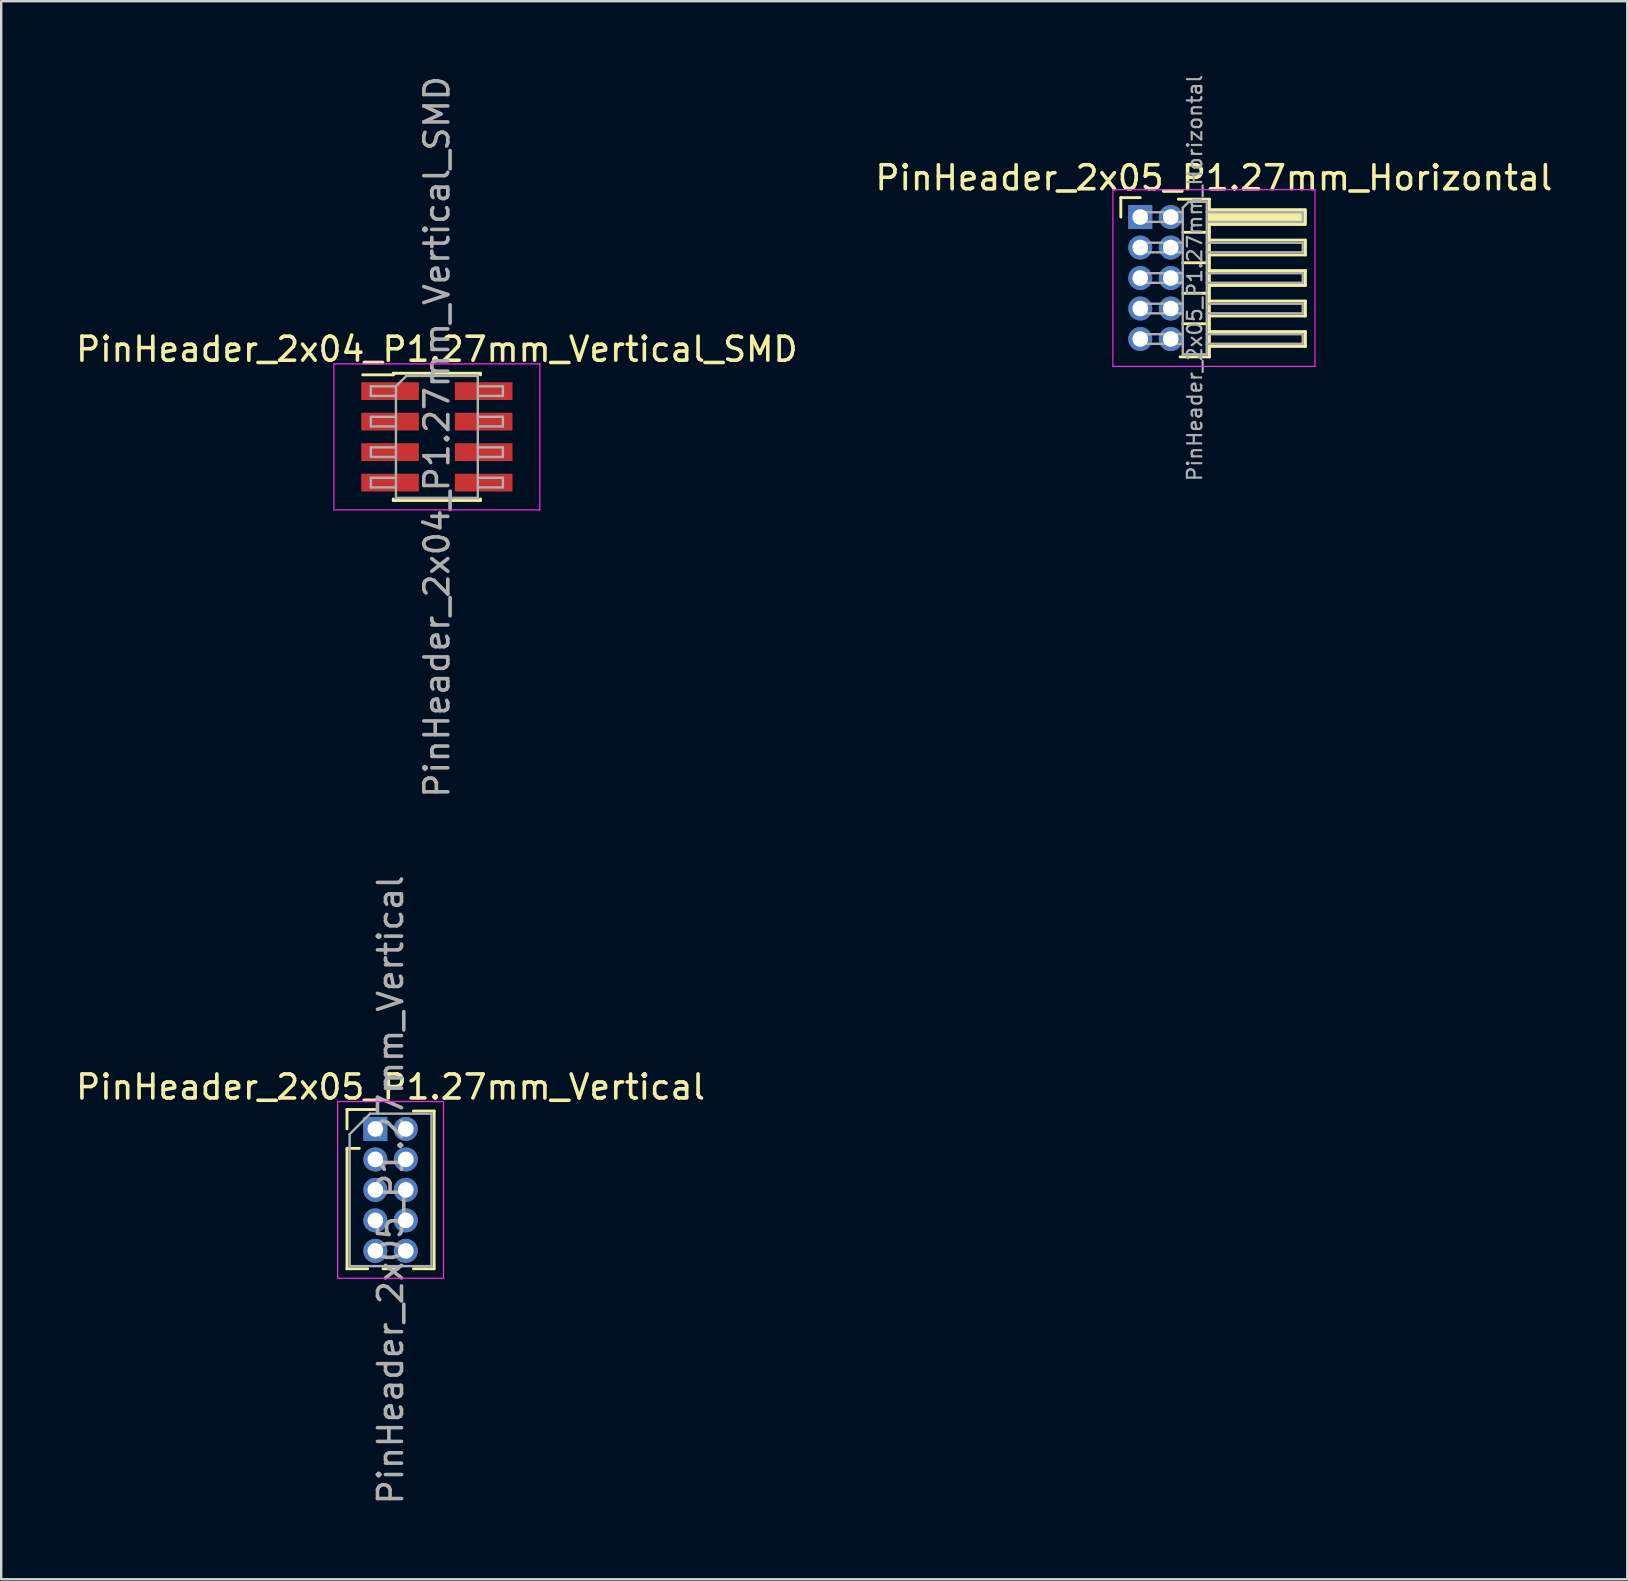
<source format=kicad_pcb>
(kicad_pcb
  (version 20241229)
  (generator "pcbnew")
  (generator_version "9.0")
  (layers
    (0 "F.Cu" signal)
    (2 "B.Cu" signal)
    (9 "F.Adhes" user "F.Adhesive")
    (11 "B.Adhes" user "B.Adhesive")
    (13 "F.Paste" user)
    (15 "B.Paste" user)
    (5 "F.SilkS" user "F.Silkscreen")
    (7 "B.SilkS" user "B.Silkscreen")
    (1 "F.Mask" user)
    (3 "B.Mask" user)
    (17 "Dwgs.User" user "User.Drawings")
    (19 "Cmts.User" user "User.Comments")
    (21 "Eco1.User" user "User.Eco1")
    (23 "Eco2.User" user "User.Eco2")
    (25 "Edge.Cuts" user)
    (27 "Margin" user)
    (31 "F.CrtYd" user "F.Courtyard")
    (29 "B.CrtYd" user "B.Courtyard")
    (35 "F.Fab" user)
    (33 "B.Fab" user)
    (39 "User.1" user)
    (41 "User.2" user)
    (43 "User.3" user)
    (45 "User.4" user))
  (footprint "PinHeader_2x05_P1.27mm_Vertical"
    (layer "F.Cu")
    (at 12.585 43.978)
    (property "Reference" "PinHeader_2x05_P1.27mm_Vertical" (at 0.635 -1.745 0) (layer "F.SilkS") (effects (font (size 1 1) (thickness 0.15))))
    (attr through_hole)
    (fp_line (start -1.18 -0.81) (end 0 -0.81) (stroke (width 0.12) (type solid)) (layer "F.SilkS"))
    (fp_line (start -1.18 0) (end -1.18 -0.81) (stroke (width 0.12) (type solid)) (layer "F.SilkS"))
    (fp_line (start -1.18 0.81) (end -1.18 5.825) (stroke (width 0.12) (type solid)) (layer "F.SilkS"))
    (fp_line (start -1.18 0.81) (end -0.667 0.81) (stroke (width 0.12) (type solid)) (layer "F.SilkS"))
    (fp_line (start -1.18 5.825) (end -0.318 5.825) (stroke (width 0.12) (type solid)) (layer "F.SilkS"))
    (fp_line (start 0.318 5.825) (end 0.952 5.825) (stroke (width 0.12) (type solid)) (layer "F.SilkS"))
    (fp_line (start 1.588 -0.745) (end 2.45 -0.745) (stroke (width 0.12) (type solid)) (layer "F.SilkS"))
    (fp_line (start 1.588 5.825) (end 2.45 5.825) (stroke (width 0.12) (type solid)) (layer "F.SilkS"))
    (fp_line (start 2.45 -0.745) (end 2.45 5.825) (stroke (width 0.12) (type solid)) (layer "F.SilkS"))
    (fp_line (start -1.57 -1.14) (end -1.57 6.22) (stroke (width 0.05) (type solid)) (layer "F.CrtYd"))
    (fp_line (start -1.57 6.22) (end 2.84 6.22) (stroke (width 0.05) (type solid)) (layer "F.CrtYd"))
    (fp_line (start 2.84 -1.14) (end -1.57 -1.14) (stroke (width 0.05) (type solid)) (layer "F.CrtYd"))
    (fp_line (start 2.84 6.22) (end 2.84 -1.14) (stroke (width 0.05) (type solid)) (layer "F.CrtYd"))
    (fp_line (start -1.07 0.217) (end -0.217 -0.635) (stroke (width 0.1) (type solid)) (layer "F.Fab"))
    (fp_line (start -1.07 5.715) (end -1.07 0.217) (stroke (width 0.1) (type solid)) (layer "F.Fab"))
    (fp_line (start -0.217 -0.635) (end 2.34 -0.635) (stroke (width 0.1) (type solid)) (layer "F.Fab"))
    (fp_line (start 2.34 -0.635) (end 2.34 5.715) (stroke (width 0.1) (type solid)) (layer "F.Fab"))
    (fp_line (start 2.34 5.715) (end -1.07 5.715) (stroke (width 0.1) (type solid)) (layer "F.Fab"))
    (fp_text user "${REFERENCE}" (at 0.635 2.54 90) (layer "F.Fab") (effects (font (size 1 1) (thickness 0.15))))
    (pad "1" thru_hole rect (at 0 0) (size 1 1) (drill 0.65) (layers "*.Cu" "*.Mask"))
    (pad "2" thru_hole circle (at 1.27 0) (size 1 1) (drill 0.65) (layers "*.Cu" "*.Mask"))
    (pad "3" thru_hole circle (at 0 1.27) (size 1 1) (drill 0.65) (layers "*.Cu" "*.Mask"))
    (pad "4" thru_hole circle (at 1.27 1.27) (size 1 1) (drill 0.65) (layers "*.Cu" "*.Mask"))
    (pad "5" thru_hole circle (at 0 2.54) (size 1 1) (drill 0.65) (layers "*.Cu" "*.Mask"))
    (pad "6" thru_hole circle (at 1.27 2.54) (size 1 1) (drill 0.65) (layers "*.Cu" "*.Mask"))
    (pad "7" thru_hole circle (at 0 3.81) (size 1 1) (drill 0.65) (layers "*.Cu" "*.Mask"))
    (pad "8" thru_hole circle (at 1.27 3.81) (size 1 1) (drill 0.65) (layers "*.Cu" "*.Mask"))
    (pad "9" thru_hole circle (at 0 5.08) (size 1 1) (drill 0.65) (layers "*.Cu" "*.Mask"))
    (pad "10" thru_hole circle (at 1.27 5.08) (size 1 1) (drill 0.65) (layers "*.Cu" "*.Mask")))
  (footprint "PinHeader_2x04_P1.27mm_Vertical_SMD"
    (layer "F.Cu")
    (at 15.149 15.149)
    (property "Reference" "PinHeader_2x04_P1.27mm_Vertical_SMD" (at 0 -3.65 0) (layer "F.SilkS") (effects (font (size 1 1) (thickness 0.15))))
    (attr smd)
    (fp_line (start -3.09 -2.585) (end -1.815 -2.585) (stroke (width 0.12) (type solid)) (layer "F.SilkS"))
    (fp_line (start -1.815 -2.65) (end -1.815 -2.585) (stroke (width 0.12) (type solid)) (layer "F.SilkS"))
    (fp_line (start -1.815 -2.65) (end 1.815 -2.65) (stroke (width 0.12) (type solid)) (layer "F.SilkS"))
    (fp_line (start -1.815 2.585) (end -1.815 2.65) (stroke (width 0.12) (type solid)) (layer "F.SilkS"))
    (fp_line (start -1.815 2.65) (end 1.815 2.65) (stroke (width 0.12) (type solid)) (layer "F.SilkS"))
    (fp_line (start 1.815 -2.65) (end 1.815 -2.585) (stroke (width 0.12) (type solid)) (layer "F.SilkS"))
    (fp_line (start 1.815 2.585) (end 1.815 2.65) (stroke (width 0.12) (type solid)) (layer "F.SilkS"))
    (fp_line (start -4.29 -3.04) (end -4.29 3.04) (stroke (width 0.05) (type solid)) (layer "F.CrtYd"))
    (fp_line (start -4.29 3.04) (end 4.29 3.04) (stroke (width 0.05) (type solid)) (layer "F.CrtYd"))
    (fp_line (start 4.29 -3.04) (end -4.29 -3.04) (stroke (width 0.05) (type solid)) (layer "F.CrtYd"))
    (fp_line (start 4.29 3.04) (end 4.29 -3.04) (stroke (width 0.05) (type solid)) (layer "F.CrtYd"))
    (fp_line (start -2.75 -2.105) (end -2.75 -1.705) (stroke (width 0.1) (type solid)) (layer "F.Fab"))
    (fp_line (start -2.75 -1.705) (end -1.705 -1.705) (stroke (width 0.1) (type solid)) (layer "F.Fab"))
    (fp_line (start -2.75 -0.835) (end -2.75 -0.435) (stroke (width 0.1) (type solid)) (layer "F.Fab"))
    (fp_line (start -2.75 -0.435) (end -1.705 -0.435) (stroke (width 0.1) (type solid)) (layer "F.Fab"))
    (fp_line (start -2.75 0.435) (end -2.75 0.835) (stroke (width 0.1) (type solid)) (layer "F.Fab"))
    (fp_line (start -2.75 0.835) (end -1.705 0.835) (stroke (width 0.1) (type solid)) (layer "F.Fab"))
    (fp_line (start -2.75 1.705) (end -2.75 2.105) (stroke (width 0.1) (type solid)) (layer "F.Fab"))
    (fp_line (start -2.75 2.105) (end -1.705 2.105) (stroke (width 0.1) (type solid)) (layer "F.Fab"))
    (fp_line (start -1.705 -2.105) (end -2.75 -2.105) (stroke (width 0.1) (type solid)) (layer "F.Fab"))
    (fp_line (start -1.705 -2.105) (end -1.27 -2.54) (stroke (width 0.1) (type solid)) (layer "F.Fab"))
    (fp_line (start -1.705 -0.835) (end -2.75 -0.835) (stroke (width 0.1) (type solid)) (layer "F.Fab"))
    (fp_line (start -1.705 0.435) (end -2.75 0.435) (stroke (width 0.1) (type solid)) (layer "F.Fab"))
    (fp_line (start -1.705 1.705) (end -2.75 1.705) (stroke (width 0.1) (type solid)) (layer "F.Fab"))
    (fp_line (start -1.705 2.54) (end -1.705 -2.105) (stroke (width 0.1) (type solid)) (layer "F.Fab"))
    (fp_line (start -1.27 -2.54) (end 1.705 -2.54) (stroke (width 0.1) (type solid)) (layer "F.Fab"))
    (fp_line (start 1.705 -2.54) (end 1.705 2.54) (stroke (width 0.1) (type solid)) (layer "F.Fab"))
    (fp_line (start 1.705 -2.105) (end 2.75 -2.105) (stroke (width 0.1) (type solid)) (layer "F.Fab"))
    (fp_line (start 1.705 -0.835) (end 2.75 -0.835) (stroke (width 0.1) (type solid)) (layer "F.Fab"))
    (fp_line (start 1.705 0.435) (end 2.75 0.435) (stroke (width 0.1) (type solid)) (layer "F.Fab"))
    (fp_line (start 1.705 1.705) (end 2.75 1.705) (stroke (width 0.1) (type solid)) (layer "F.Fab"))
    (fp_line (start 1.705 2.54) (end -1.705 2.54) (stroke (width 0.1) (type solid)) (layer "F.Fab"))
    (fp_line (start 2.75 -2.105) (end 2.75 -1.705) (stroke (width 0.1) (type solid)) (layer "F.Fab"))
    (fp_line (start 2.75 -1.705) (end 1.705 -1.705) (stroke (width 0.1) (type solid)) (layer "F.Fab"))
    (fp_line (start 2.75 -0.835) (end 2.75 -0.435) (stroke (width 0.1) (type solid)) (layer "F.Fab"))
    (fp_line (start 2.75 -0.435) (end 1.705 -0.435) (stroke (width 0.1) (type solid)) (layer "F.Fab"))
    (fp_line (start 2.75 0.435) (end 2.75 0.835) (stroke (width 0.1) (type solid)) (layer "F.Fab"))
    (fp_line (start 2.75 0.835) (end 1.705 0.835) (stroke (width 0.1) (type solid)) (layer "F.Fab"))
    (fp_line (start 2.75 1.705) (end 2.75 2.105) (stroke (width 0.1) (type solid)) (layer "F.Fab"))
    (fp_line (start 2.75 2.105) (end 1.705 2.105) (stroke (width 0.1) (type solid)) (layer "F.Fab"))
    (fp_text user "${REFERENCE}" (at 0 0 90) (layer "F.Fab") (effects (font (size 1 1) (thickness 0.15))))
    (pad "1" smd rect (at -1.95 -1.905) (size 2.4 0.74) (layers "F.Cu" "F.Mask" "F.Paste"))
    (pad "2" smd rect (at 1.95 -1.905) (size 2.4 0.74) (layers "F.Cu" "F.Mask" "F.Paste"))
    (pad "3" smd rect (at -1.95 -0.635) (size 2.4 0.74) (layers "F.Cu" "F.Mask" "F.Paste"))
    (pad "4" smd rect (at 1.95 -0.635) (size 2.4 0.74) (layers "F.Cu" "F.Mask" "F.Paste"))
    (pad "5" smd rect (at -1.95 0.635) (size 2.4 0.74) (layers "F.Cu" "F.Mask" "F.Paste"))
    (pad "6" smd rect (at 1.95 0.635) (size 2.4 0.74) (layers "F.Cu" "F.Mask" "F.Paste"))
    (pad "7" smd rect (at -1.95 1.905) (size 2.4 0.74) (layers "F.Cu" "F.Mask" "F.Paste"))
    (pad "8" smd rect (at 1.95 1.905) (size 2.4 0.74) (layers "F.Cu" "F.Mask" "F.Paste")))
  (footprint "PinHeader_2x05_P1.27mm_Horizontal"
    (layer "F.Cu")
    (at 44.45 5.992)
    (property "Reference" "PinHeader_2x05_P1.27mm_Horizontal" (at 3.067 -1.635 0) (layer "F.SilkS") (effects (font (size 1 1) (thickness 0.15))))
    (attr through_hole)
    (fp_line (start -0.81 -0.81) (end 0 -0.81) (stroke (width 0.12) (type solid)) (layer "F.SilkS"))
    (fp_line (start -0.81 0) (end -0.81 -0.81) (stroke (width 0.12) (type solid)) (layer "F.SilkS"))
    (fp_line (start 1.588 -0.745) (end 2.88 -0.745) (stroke (width 0.12) (type solid)) (layer "F.SilkS"))
    (fp_line (start 1.773 0.635) (end 2.88 0.635) (stroke (width 0.12) (type solid)) (layer "F.SilkS"))
    (fp_line (start 1.773 1.905) (end 2.88 1.905) (stroke (width 0.12) (type solid)) (layer "F.SilkS"))
    (fp_line (start 1.773 3.175) (end 2.88 3.175) (stroke (width 0.12) (type solid)) (layer "F.SilkS"))
    (fp_line (start 1.773 4.445) (end 2.88 4.445) (stroke (width 0.12) (type solid)) (layer "F.SilkS"))
    (fp_line (start 2.88 -0.745) (end 2.88 5.825) (stroke (width 0.12) (type solid)) (layer "F.SilkS"))
    (fp_line (start 2.88 0.96) (end 6.88 0.96) (stroke (width 0.12) (type solid)) (layer "F.SilkS"))
    (fp_line (start 2.88 2.23) (end 6.88 2.23) (stroke (width 0.12) (type solid)) (layer "F.SilkS"))
    (fp_line (start 2.88 3.5) (end 6.88 3.5) (stroke (width 0.12) (type solid)) (layer "F.SilkS"))
    (fp_line (start 2.88 4.77) (end 6.88 4.77) (stroke (width 0.12) (type solid)) (layer "F.SilkS"))
    (fp_line (start 2.88 5.825) (end 1.66 5.825) (stroke (width 0.12) (type solid)) (layer "F.SilkS"))
    (fp_line (start 6.88 0.96) (end 6.88 1.58) (stroke (width 0.12) (type solid)) (layer "F.SilkS"))
    (fp_line (start 6.88 1.58) (end 2.88 1.58) (stroke (width 0.12) (type solid)) (layer "F.SilkS"))
    (fp_line (start 6.88 2.23) (end 6.88 2.85) (stroke (width 0.12) (type solid)) (layer "F.SilkS"))
    (fp_line (start 6.88 2.85) (end 2.88 2.85) (stroke (width 0.12) (type solid)) (layer "F.SilkS"))
    (fp_line (start 6.88 3.5) (end 6.88 4.12) (stroke (width 0.12) (type solid)) (layer "F.SilkS"))
    (fp_line (start 6.88 4.12) (end 2.88 4.12) (stroke (width 0.12) (type solid)) (layer "F.SilkS"))
    (fp_line (start 6.88 4.77) (end 6.88 5.39) (stroke (width 0.12) (type solid)) (layer "F.SilkS"))
    (fp_line (start 6.88 5.39) (end 2.88 5.39) (stroke (width 0.12) (type solid)) (layer "F.SilkS"))
    (fp_rect (start 2.88 -0.31) (end 6.88 0.31) (stroke (width 0.12) (type solid)) (fill yes) (layer "F.SilkS"))
    (fp_line (start -1.14 -1.14) (end -1.14 6.22) (stroke (width 0.05) (type solid)) (layer "F.CrtYd"))
    (fp_line (start -1.14 6.22) (end 7.28 6.22) (stroke (width 0.05) (type solid)) (layer "F.CrtYd"))
    (fp_line (start 7.28 -1.14) (end -1.14 -1.14) (stroke (width 0.05) (type solid)) (layer "F.CrtYd"))
    (fp_line (start 7.28 6.22) (end 7.28 -1.14) (stroke (width 0.05) (type solid)) (layer "F.CrtYd"))
    (fp_line (start -0.2 -0.2) (end -0.2 0.2) (stroke (width 0.1) (type solid)) (layer "F.Fab"))
    (fp_line (start -0.2 -0.2) (end 1.77 -0.2) (stroke (width 0.1) (type solid)) (layer "F.Fab"))
    (fp_line (start -0.2 0.2) (end 1.77 0.2) (stroke (width 0.1) (type solid)) (layer "F.Fab"))
    (fp_line (start -0.2 1.07) (end -0.2 1.47) (stroke (width 0.1) (type solid)) (layer "F.Fab"))
    (fp_line (start -0.2 1.07) (end 1.77 1.07) (stroke (width 0.1) (type solid)) (layer "F.Fab"))
    (fp_line (start -0.2 1.47) (end 1.77 1.47) (stroke (width 0.1) (type solid)) (layer "F.Fab"))
    (fp_line (start -0.2 2.34) (end -0.2 2.74) (stroke (width 0.1) (type solid)) (layer "F.Fab"))
    (fp_line (start -0.2 2.34) (end 1.77 2.34) (stroke (width 0.1) (type solid)) (layer "F.Fab"))
    (fp_line (start -0.2 2.74) (end 1.77 2.74) (stroke (width 0.1) (type solid)) (layer "F.Fab"))
    (fp_line (start -0.2 3.61) (end -0.2 4.01) (stroke (width 0.1) (type solid)) (layer "F.Fab"))
    (fp_line (start -0.2 3.61) (end 1.77 3.61) (stroke (width 0.1) (type solid)) (layer "F.Fab"))
    (fp_line (start -0.2 4.01) (end 1.77 4.01) (stroke (width 0.1) (type solid)) (layer "F.Fab"))
    (fp_line (start -0.2 4.88) (end -0.2 5.28) (stroke (width 0.1) (type solid)) (layer "F.Fab"))
    (fp_line (start -0.2 4.88) (end 1.77 4.88) (stroke (width 0.1) (type solid)) (layer "F.Fab"))
    (fp_line (start -0.2 5.28) (end 1.77 5.28) (stroke (width 0.1) (type solid)) (layer "F.Fab"))
    (fp_line (start 1.77 -0.385) (end 2.02 -0.635) (stroke (width 0.1) (type solid)) (layer "F.Fab"))
    (fp_line (start 1.77 5.715) (end 1.77 -0.385) (stroke (width 0.1) (type solid)) (layer "F.Fab"))
    (fp_line (start 2.02 -0.635) (end 2.77 -0.635) (stroke (width 0.1) (type solid)) (layer "F.Fab"))
    (fp_line (start 2.77 -0.635) (end 2.77 5.715) (stroke (width 0.1) (type solid)) (layer "F.Fab"))
    (fp_line (start 2.77 -0.2) (end 6.77 -0.2) (stroke (width 0.1) (type solid)) (layer "F.Fab"))
    (fp_line (start 2.77 0.2) (end 6.77 0.2) (stroke (width 0.1) (type solid)) (layer "F.Fab"))
    (fp_line (start 2.77 1.07) (end 6.77 1.07) (stroke (width 0.1) (type solid)) (layer "F.Fab"))
    (fp_line (start 2.77 1.47) (end 6.77 1.47) (stroke (width 0.1) (type solid)) (layer "F.Fab"))
    (fp_line (start 2.77 2.34) (end 6.77 2.34) (stroke (width 0.1) (type solid)) (layer "F.Fab"))
    (fp_line (start 2.77 2.74) (end 6.77 2.74) (stroke (width 0.1) (type solid)) (layer "F.Fab"))
    (fp_line (start 2.77 3.61) (end 6.77 3.61) (stroke (width 0.1) (type solid)) (layer "F.Fab"))
    (fp_line (start 2.77 4.01) (end 6.77 4.01) (stroke (width 0.1) (type solid)) (layer "F.Fab"))
    (fp_line (start 2.77 4.88) (end 6.77 4.88) (stroke (width 0.1) (type solid)) (layer "F.Fab"))
    (fp_line (start 2.77 5.28) (end 6.77 5.28) (stroke (width 0.1) (type solid)) (layer "F.Fab"))
    (fp_line (start 2.77 5.715) (end 1.77 5.715) (stroke (width 0.1) (type solid)) (layer "F.Fab"))
    (fp_line (start 6.77 -0.2) (end 6.77 0.2) (stroke (width 0.1) (type solid)) (layer "F.Fab"))
    (fp_line (start 6.77 1.07) (end 6.77 1.47) (stroke (width 0.1) (type solid)) (layer "F.Fab"))
    (fp_line (start 6.77 2.34) (end 6.77 2.74) (stroke (width 0.1) (type solid)) (layer "F.Fab"))
    (fp_line (start 6.77 3.61) (end 6.77 4.01) (stroke (width 0.1) (type solid)) (layer "F.Fab"))
    (fp_line (start 6.77 4.88) (end 6.77 5.28) (stroke (width 0.1) (type solid)) (layer "F.Fab"))
    (fp_text user "${REFERENCE}" (at 2.27 2.54 90) (layer "F.Fab") (effects (font (size 0.6 0.6) (thickness 0.09))))
    (pad "1" thru_hole rect (at 0 0) (size 1 1) (drill 0.65) (layers "*.Cu" "*.Mask"))
    (pad "2" thru_hole circle (at 1.27 0) (size 1 1) (drill 0.65) (layers "*.Cu" "*.Mask"))
    (pad "3" thru_hole circle (at 0 1.27) (size 1 1) (drill 0.65) (layers "*.Cu" "*.Mask"))
    (pad "4" thru_hole circle (at 1.27 1.27) (size 1 1) (drill 0.65) (layers "*.Cu" "*.Mask"))
    (pad "5" thru_hole circle (at 0 2.54) (size 1 1) (drill 0.65) (layers "*.Cu" "*.Mask"))
    (pad "6" thru_hole circle (at 1.27 2.54) (size 1 1) (drill 0.65) (layers "*.Cu" "*.Mask"))
    (pad "7" thru_hole circle (at 0 3.81) (size 1 1) (drill 0.65) (layers "*.Cu" "*.Mask"))
    (pad "8" thru_hole circle (at 1.27 3.81) (size 1 1) (drill 0.65) (layers "*.Cu" "*.Mask"))
    (pad "9" thru_hole circle (at 0 5.08) (size 1 1) (drill 0.65) (layers "*.Cu" "*.Mask"))
    (pad "10" thru_hole circle (at 1.27 5.08) (size 1 1) (drill 0.65) (layers "*.Cu" "*.Mask")))
  (gr_rect
    (start -3 -3)
    (end 64.738 62.738)
    (stroke (width 0.1) (type default))
    (fill no)
    (layer "Edge.Cuts")))
</source>
